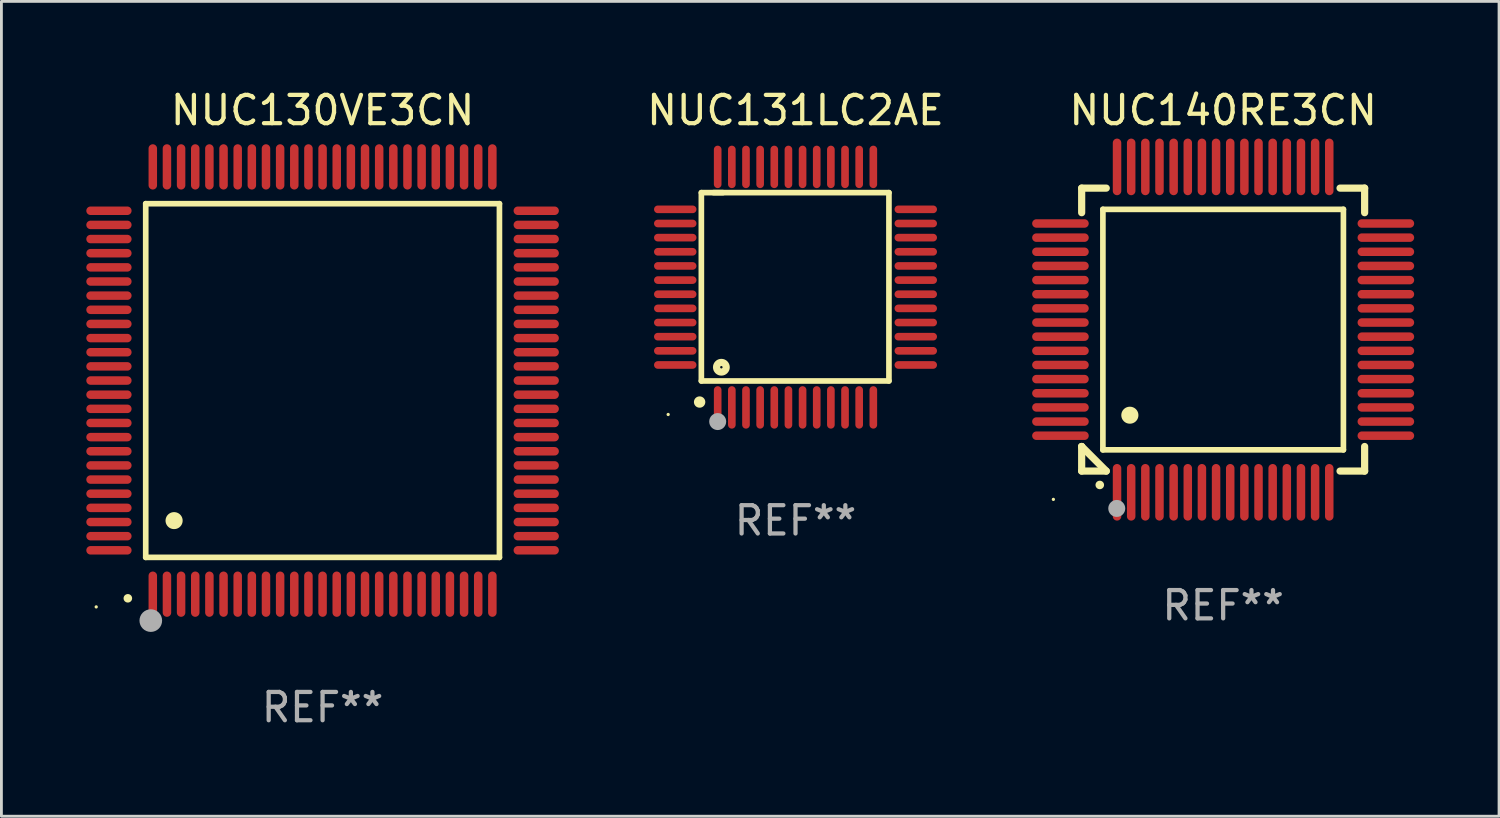
<source format=kicad_pcb>
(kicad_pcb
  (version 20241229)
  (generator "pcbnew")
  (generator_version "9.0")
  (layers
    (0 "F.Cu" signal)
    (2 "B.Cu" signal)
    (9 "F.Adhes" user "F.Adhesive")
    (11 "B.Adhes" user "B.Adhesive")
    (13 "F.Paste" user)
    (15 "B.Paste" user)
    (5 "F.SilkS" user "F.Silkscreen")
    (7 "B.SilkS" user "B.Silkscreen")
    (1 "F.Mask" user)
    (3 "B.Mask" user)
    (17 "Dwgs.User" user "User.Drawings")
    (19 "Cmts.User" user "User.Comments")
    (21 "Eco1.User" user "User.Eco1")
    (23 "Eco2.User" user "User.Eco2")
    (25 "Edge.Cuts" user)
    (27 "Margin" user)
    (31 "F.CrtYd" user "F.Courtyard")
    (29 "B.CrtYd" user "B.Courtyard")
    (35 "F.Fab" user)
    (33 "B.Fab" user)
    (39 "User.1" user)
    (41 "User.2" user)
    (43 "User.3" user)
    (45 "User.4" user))
  (footprint "NUC140RE3CN"
    (layer "F.Cu")
    (at 40.176 8.598)
    (property "Reference" "NUC140RE3CN" (at 0 -7.75 0) (layer "F.SilkS") (effects (font (size 1 1) (thickness 0.15))))
    (attr through_hole)
    (fp_line (start -5 -5) (end -4.131 -5) (stroke (width 0.254) (type solid)) (layer "F.SilkS"))
    (fp_line (start -5 -4.131) (end -5 -5) (stroke (width 0.254) (type solid)) (layer "F.SilkS"))
    (fp_line (start -5 4.131) (end -5 4.131) (stroke (width 0.254) (type solid)) (layer "F.SilkS"))
    (fp_line (start -5 5) (end -5 4.131) (stroke (width 0.254) (type solid)) (layer "F.SilkS"))
    (fp_line (start -5 4.131) (end -4.131 5) (stroke (width 0.254) (type solid)) (layer "F.SilkS"))
    (fp_line (start -4.25 -4.25) (end -4.25 4.25) (stroke (width 0.2) (type solid)) (layer "F.SilkS"))
    (fp_line (start -4.25 4.25) (end 4.25 4.25) (stroke (width 0.2) (type solid)) (layer "F.SilkS"))
    (fp_line (start -4.131 5) (end -5 5) (stroke (width 0.254) (type solid)) (layer "F.SilkS"))
    (fp_line (start 4.25 -4.25) (end -4.25 -4.25) (stroke (width 0.2) (type solid)) (layer "F.SilkS"))
    (fp_line (start 4.25 4.25) (end 4.25 -4.25) (stroke (width 0.2) (type solid)) (layer "F.SilkS"))
    (fp_line (start 5 -5) (end 4.131 -5) (stroke (width 0.254) (type solid)) (layer "F.SilkS"))
    (fp_line (start 5 -5) (end 5 -4.131) (stroke (width 0.254) (type solid)) (layer "F.SilkS"))
    (fp_line (start 5 4.131) (end 5 5) (stroke (width 0.254) (type solid)) (layer "F.SilkS"))
    (fp_line (start 5 5) (end 4.131 5) (stroke (width 0.254) (type solid)) (layer "F.SilkS"))
    (fp_arc (start -4.361265 5.489992) (mid -4.359995 5.489987) (end -4.358725 5.489992) (stroke (width 0.3) (type solid)) (layer "F.SilkS"))
    (fp_arc (start -3.299467 3.025146) (mid -3.296927 3.025135) (end -3.294387 3.025146) (stroke (width 0.6) (type solid)) (layer "F.SilkS"))
    (fp_circle (center -6 6) (end -5.97 6) (stroke (width 0.06) (type solid)) (fill no) (layer "F.SilkS"))
    (fp_circle (center -3.76 6.32) (end -3.61 6.32) (stroke (width 0.3) (type solid)) (fill no) (layer "F.Fab"))
    (fp_text user "REF**" (at 0 9.75 0) (layer "F.Fab") (effects (font (size 1 1) (thickness 0.15))))
    (pad "1" smd oval (at -3.75 5.75) (size 0.3 2) (layers "F.Cu" "F.Mask" "F.Paste"))
    (pad "2" smd oval (at -3.25 5.75) (size 0.3 2) (layers "F.Cu" "F.Mask" "F.Paste"))
    (pad "3" smd oval (at -2.75 5.75) (size 0.3 2) (layers "F.Cu" "F.Mask" "F.Paste"))
    (pad "4" smd oval (at -2.25 5.75) (size 0.3 2) (layers "F.Cu" "F.Mask" "F.Paste"))
    (pad "5" smd oval (at -1.75 5.75) (size 0.3 2) (layers "F.Cu" "F.Mask" "F.Paste"))
    (pad "6" smd oval (at -1.25 5.75) (size 0.3 2) (layers "F.Cu" "F.Mask" "F.Paste"))
    (pad "7" smd oval (at -0.75 5.75) (size 0.3 2) (layers "F.Cu" "F.Mask" "F.Paste"))
    (pad "8" smd oval (at -0.25 5.75) (size 0.3 2) (layers "F.Cu" "F.Mask" "F.Paste"))
    (pad "9" smd oval (at 0.25 5.75) (size 0.3 2) (layers "F.Cu" "F.Mask" "F.Paste"))
    (pad "10" smd oval (at 0.75 5.75) (size 0.3 2) (layers "F.Cu" "F.Mask" "F.Paste"))
    (pad "11" smd oval (at 1.25 5.75) (size 0.3 2) (layers "F.Cu" "F.Mask" "F.Paste"))
    (pad "12" smd oval (at 1.75 5.75) (size 0.3 2) (layers "F.Cu" "F.Mask" "F.Paste"))
    (pad "13" smd oval (at 2.25 5.75) (size 0.3 2) (layers "F.Cu" "F.Mask" "F.Paste"))
    (pad "14" smd oval (at 2.75 5.75) (size 0.3 2) (layers "F.Cu" "F.Mask" "F.Paste"))
    (pad "15" smd oval (at 3.25 5.75) (size 0.3 2) (layers "F.Cu" "F.Mask" "F.Paste"))
    (pad "16" smd oval (at 3.75 5.75) (size 0.3 2) (layers "F.Cu" "F.Mask" "F.Paste"))
    (pad "17" smd oval (at 5.75 3.75) (size 2 0.3) (layers "F.Cu" "F.Mask" "F.Paste"))
    (pad "18" smd oval (at 5.75 3.25) (size 2 0.3) (layers "F.Cu" "F.Mask" "F.Paste"))
    (pad "19" smd oval (at 5.75 2.75) (size 2 0.3) (layers "F.Cu" "F.Mask" "F.Paste"))
    (pad "20" smd oval (at 5.75 2.25) (size 2 0.3) (layers "F.Cu" "F.Mask" "F.Paste"))
    (pad "21" smd oval (at 5.75 1.75) (size 2 0.3) (layers "F.Cu" "F.Mask" "F.Paste"))
    (pad "22" smd oval (at 5.75 1.25) (size 2 0.3) (layers "F.Cu" "F.Mask" "F.Paste"))
    (pad "23" smd oval (at 5.75 0.75) (size 2 0.3) (layers "F.Cu" "F.Mask" "F.Paste"))
    (pad "24" smd oval (at 5.75 0.25) (size 2 0.3) (layers "F.Cu" "F.Mask" "F.Paste"))
    (pad "25" smd oval (at 5.75 -0.25) (size 2 0.3) (layers "F.Cu" "F.Mask" "F.Paste"))
    (pad "26" smd oval (at 5.75 -0.75) (size 2 0.3) (layers "F.Cu" "F.Mask" "F.Paste"))
    (pad "27" smd oval (at 5.75 -1.25) (size 2 0.3) (layers "F.Cu" "F.Mask" "F.Paste"))
    (pad "28" smd oval (at 5.75 -1.75) (size 2 0.3) (layers "F.Cu" "F.Mask" "F.Paste"))
    (pad "29" smd oval (at 5.75 -2.25) (size 2 0.3) (layers "F.Cu" "F.Mask" "F.Paste"))
    (pad "30" smd oval (at 5.75 -2.75) (size 2 0.3) (layers "F.Cu" "F.Mask" "F.Paste"))
    (pad "31" smd oval (at 5.75 -3.25) (size 2 0.3) (layers "F.Cu" "F.Mask" "F.Paste"))
    (pad "32" smd oval (at 5.75 -3.75) (size 2 0.3) (layers "F.Cu" "F.Mask" "F.Paste"))
    (pad "33" smd oval (at 3.75 -5.75) (size 0.3 2) (layers "F.Cu" "F.Mask" "F.Paste"))
    (pad "34" smd oval (at 3.25 -5.75) (size 0.3 2) (layers "F.Cu" "F.Mask" "F.Paste"))
    (pad "35" smd oval (at 2.75 -5.75) (size 0.3 2) (layers "F.Cu" "F.Mask" "F.Paste"))
    (pad "36" smd oval (at 2.25 -5.75) (size 0.3 2) (layers "F.Cu" "F.Mask" "F.Paste"))
    (pad "37" smd oval (at 1.75 -5.75) (size 0.3 2) (layers "F.Cu" "F.Mask" "F.Paste"))
    (pad "38" smd oval (at 1.25 -5.75) (size 0.3 2) (layers "F.Cu" "F.Mask" "F.Paste"))
    (pad "39" smd oval (at 0.75 -5.75) (size 0.3 2) (layers "F.Cu" "F.Mask" "F.Paste"))
    (pad "40" smd oval (at 0.25 -5.75) (size 0.3 2) (layers "F.Cu" "F.Mask" "F.Paste"))
    (pad "41" smd oval (at -0.25 -5.75) (size 0.3 2) (layers "F.Cu" "F.Mask" "F.Paste"))
    (pad "42" smd oval (at -0.75 -5.75) (size 0.3 2) (layers "F.Cu" "F.Mask" "F.Paste"))
    (pad "43" smd oval (at -1.25 -5.75) (size 0.3 2) (layers "F.Cu" "F.Mask" "F.Paste"))
    (pad "44" smd oval (at -1.75 -5.75) (size 0.3 2) (layers "F.Cu" "F.Mask" "F.Paste"))
    (pad "45" smd oval (at -2.25 -5.75) (size 0.3 2) (layers "F.Cu" "F.Mask" "F.Paste"))
    (pad "46" smd oval (at -2.75 -5.75) (size 0.3 2) (layers "F.Cu" "F.Mask" "F.Paste"))
    (pad "47" smd oval (at -3.25 -5.75) (size 0.3 2) (layers "F.Cu" "F.Mask" "F.Paste"))
    (pad "48" smd oval (at -3.75 -5.75) (size 0.3 2) (layers "F.Cu" "F.Mask" "F.Paste"))
    (pad "49" smd oval (at -5.75 -3.75) (size 2 0.3) (layers "F.Cu" "F.Mask" "F.Paste"))
    (pad "50" smd oval (at -5.75 -3.25) (size 2 0.3) (layers "F.Cu" "F.Mask" "F.Paste"))
    (pad "51" smd oval (at -5.75 -2.75) (size 2 0.3) (layers "F.Cu" "F.Mask" "F.Paste"))
    (pad "52" smd oval (at -5.75 -2.25) (size 2 0.3) (layers "F.Cu" "F.Mask" "F.Paste"))
    (pad "53" smd oval (at -5.75 -1.75) (size 2 0.3) (layers "F.Cu" "F.Mask" "F.Paste"))
    (pad "54" smd oval (at -5.75 -1.25) (size 2 0.3) (layers "F.Cu" "F.Mask" "F.Paste"))
    (pad "55" smd oval (at -5.75 -0.75) (size 2 0.3) (layers "F.Cu" "F.Mask" "F.Paste"))
    (pad "56" smd oval (at -5.75 -0.25) (size 2 0.3) (layers "F.Cu" "F.Mask" "F.Paste"))
    (pad "57" smd oval (at -5.75 0.25) (size 2 0.3) (layers "F.Cu" "F.Mask" "F.Paste"))
    (pad "58" smd oval (at -5.75 0.75) (size 2 0.3) (layers "F.Cu" "F.Mask" "F.Paste"))
    (pad "59" smd oval (at -5.75 1.25) (size 2 0.3) (layers "F.Cu" "F.Mask" "F.Paste"))
    (pad "60" smd oval (at -5.75 1.75) (size 2 0.3) (layers "F.Cu" "F.Mask" "F.Paste"))
    (pad "61" smd oval (at -5.75 2.25) (size 2 0.3) (layers "F.Cu" "F.Mask" "F.Paste"))
    (pad "62" smd oval (at -5.75 2.75) (size 2 0.3) (layers "F.Cu" "F.Mask" "F.Paste"))
    (pad "63" smd oval (at -5.75 3.25) (size 2 0.3) (layers "F.Cu" "F.Mask" "F.Paste"))
    (pad "64" smd oval (at -5.75 3.75) (size 2 0.3) (layers "F.Cu" "F.Mask" "F.Paste")))
  (footprint "NUC130VE3CN"
    (layer "F.Cu")
    (at 8.35 10.398)
    (property "Reference" "NUC130VE3CN" (at 0 -9.55 0) (layer "F.SilkS") (effects (font (size 1 1) (thickness 0.15))))
    (attr through_hole)
    (fp_line (start -6.25 -6.25) (end -6.25 6.25) (stroke (width 0.2) (type solid)) (layer "F.SilkS"))
    (fp_line (start -6.25 6.25) (end 6.25 6.25) (stroke (width 0.2) (type solid)) (layer "F.SilkS"))
    (fp_line (start 6.25 -6.25) (end -6.25 -6.25) (stroke (width 0.2) (type solid)) (layer "F.SilkS"))
    (fp_line (start 6.25 6.25) (end 6.25 -6.25) (stroke (width 0.2) (type solid)) (layer "F.SilkS"))
    (fp_arc (start -6.883414 7.696215) (mid -6.882144 7.69621) (end -6.880874 7.696215) (stroke (width 0.3) (type solid)) (layer "F.SilkS"))
    (fp_arc (start -5.250191 4.95047) (mid -5.247651 4.950459) (end -5.245111 4.95047) (stroke (width 0.6) (type solid)) (layer "F.SilkS"))
    (fp_circle (center -8 8) (end -7.97 8) (stroke (width 0.06) (type solid)) (fill no) (layer "F.SilkS"))
    (fp_circle (center -6.071 8.484) (end -5.871 8.484) (stroke (width 0.4) (type solid)) (fill no) (layer "F.Fab"))
    (fp_text user "REF**" (at 0 11.55 0) (layer "F.Fab") (effects (font (size 1 1) (thickness 0.15))))
    (pad "1" smd oval (at -6 7.55) (size 0.3 1.6) (layers "F.Cu" "F.Mask" "F.Paste"))
    (pad "2" smd oval (at -5.5 7.55) (size 0.3 1.6) (layers "F.Cu" "F.Mask" "F.Paste"))
    (pad "3" smd oval (at -5 7.55) (size 0.3 1.6) (layers "F.Cu" "F.Mask" "F.Paste"))
    (pad "4" smd oval (at -4.5 7.55) (size 0.3 1.6) (layers "F.Cu" "F.Mask" "F.Paste"))
    (pad "5" smd oval (at -4 7.55) (size 0.3 1.6) (layers "F.Cu" "F.Mask" "F.Paste"))
    (pad "6" smd oval (at -3.5 7.55) (size 0.3 1.6) (layers "F.Cu" "F.Mask" "F.Paste"))
    (pad "7" smd oval (at -3 7.55) (size 0.3 1.6) (layers "F.Cu" "F.Mask" "F.Paste"))
    (pad "8" smd oval (at -2.5 7.55) (size 0.3 1.6) (layers "F.Cu" "F.Mask" "F.Paste"))
    (pad "9" smd oval (at -2 7.55) (size 0.3 1.6) (layers "F.Cu" "F.Mask" "F.Paste"))
    (pad "10" smd oval (at -1.5 7.55) (size 0.3 1.6) (layers "F.Cu" "F.Mask" "F.Paste"))
    (pad "11" smd oval (at -1 7.55) (size 0.3 1.6) (layers "F.Cu" "F.Mask" "F.Paste"))
    (pad "12" smd oval (at -0.5 7.55) (size 0.3 1.6) (layers "F.Cu" "F.Mask" "F.Paste"))
    (pad "13" smd oval (at 0 7.55) (size 0.3 1.6) (layers "F.Cu" "F.Mask" "F.Paste"))
    (pad "14" smd oval (at 0.5 7.55) (size 0.3 1.6) (layers "F.Cu" "F.Mask" "F.Paste"))
    (pad "15" smd oval (at 1 7.55) (size 0.3 1.6) (layers "F.Cu" "F.Mask" "F.Paste"))
    (pad "16" smd oval (at 1.5 7.55) (size 0.3 1.6) (layers "F.Cu" "F.Mask" "F.Paste"))
    (pad "17" smd oval (at 2 7.55) (size 0.3 1.6) (layers "F.Cu" "F.Mask" "F.Paste"))
    (pad "18" smd oval (at 2.5 7.55) (size 0.3 1.6) (layers "F.Cu" "F.Mask" "F.Paste"))
    (pad "19" smd oval (at 3 7.55) (size 0.3 1.6) (layers "F.Cu" "F.Mask" "F.Paste"))
    (pad "20" smd oval (at 3.5 7.55) (size 0.3 1.6) (layers "F.Cu" "F.Mask" "F.Paste"))
    (pad "21" smd oval (at 4 7.55) (size 0.3 1.6) (layers "F.Cu" "F.Mask" "F.Paste"))
    (pad "22" smd oval (at 4.5 7.55) (size 0.3 1.6) (layers "F.Cu" "F.Mask" "F.Paste"))
    (pad "23" smd oval (at 5 7.55) (size 0.3 1.6) (layers "F.Cu" "F.Mask" "F.Paste"))
    (pad "24" smd oval (at 5.5 7.55) (size 0.3 1.6) (layers "F.Cu" "F.Mask" "F.Paste"))
    (pad "25" smd oval (at 6 7.55) (size 0.3 1.6) (layers "F.Cu" "F.Mask" "F.Paste"))
    (pad "26" smd oval (at 7.55 6) (size 1.6 0.3) (layers "F.Cu" "F.Mask" "F.Paste"))
    (pad "27" smd oval (at 7.55 5.5) (size 1.6 0.3) (layers "F.Cu" "F.Mask" "F.Paste"))
    (pad "28" smd oval (at 7.55 5) (size 1.6 0.3) (layers "F.Cu" "F.Mask" "F.Paste"))
    (pad "29" smd oval (at 7.55 4.5) (size 1.6 0.3) (layers "F.Cu" "F.Mask" "F.Paste"))
    (pad "30" smd oval (at 7.55 4) (size 1.6 0.3) (layers "F.Cu" "F.Mask" "F.Paste"))
    (pad "31" smd oval (at 7.55 3.5) (size 1.6 0.3) (layers "F.Cu" "F.Mask" "F.Paste"))
    (pad "32" smd oval (at 7.55 3) (size 1.6 0.3) (layers "F.Cu" "F.Mask" "F.Paste"))
    (pad "33" smd oval (at 7.55 2.5) (size 1.6 0.3) (layers "F.Cu" "F.Mask" "F.Paste"))
    (pad "34" smd oval (at 7.55 2) (size 1.6 0.3) (layers "F.Cu" "F.Mask" "F.Paste"))
    (pad "35" smd oval (at 7.55 1.5) (size 1.6 0.3) (layers "F.Cu" "F.Mask" "F.Paste"))
    (pad "36" smd oval (at 7.55 1) (size 1.6 0.3) (layers "F.Cu" "F.Mask" "F.Paste"))
    (pad "37" smd oval (at 7.55 0.5) (size 1.6 0.3) (layers "F.Cu" "F.Mask" "F.Paste"))
    (pad "38" smd oval (at 7.55 0) (size 1.6 0.3) (layers "F.Cu" "F.Mask" "F.Paste"))
    (pad "39" smd oval (at 7.55 -0.5) (size 1.6 0.3) (layers "F.Cu" "F.Mask" "F.Paste"))
    (pad "40" smd oval (at 7.55 -1) (size 1.6 0.3) (layers "F.Cu" "F.Mask" "F.Paste"))
    (pad "41" smd oval (at 7.55 -1.5) (size 1.6 0.3) (layers "F.Cu" "F.Mask" "F.Paste"))
    (pad "42" smd oval (at 7.55 -2) (size 1.6 0.3) (layers "F.Cu" "F.Mask" "F.Paste"))
    (pad "43" smd oval (at 7.55 -2.5) (size 1.6 0.3) (layers "F.Cu" "F.Mask" "F.Paste"))
    (pad "44" smd oval (at 7.55 -3) (size 1.6 0.3) (layers "F.Cu" "F.Mask" "F.Paste"))
    (pad "45" smd oval (at 7.55 -3.5) (size 1.6 0.3) (layers "F.Cu" "F.Mask" "F.Paste"))
    (pad "46" smd oval (at 7.55 -4) (size 1.6 0.3) (layers "F.Cu" "F.Mask" "F.Paste"))
    (pad "47" smd oval (at 7.55 -4.5) (size 1.6 0.3) (layers "F.Cu" "F.Mask" "F.Paste"))
    (pad "48" smd oval (at 7.55 -5) (size 1.6 0.3) (layers "F.Cu" "F.Mask" "F.Paste"))
    (pad "49" smd oval (at 7.55 -5.5) (size 1.6 0.3) (layers "F.Cu" "F.Mask" "F.Paste"))
    (pad "50" smd oval (at 7.55 -6) (size 1.6 0.3) (layers "F.Cu" "F.Mask" "F.Paste"))
    (pad "51" smd oval (at 6 -7.55) (size 0.3 1.6) (layers "F.Cu" "F.Mask" "F.Paste"))
    (pad "52" smd oval (at 5.5 -7.55) (size 0.3 1.6) (layers "F.Cu" "F.Mask" "F.Paste"))
    (pad "53" smd oval (at 5 -7.55) (size 0.3 1.6) (layers "F.Cu" "F.Mask" "F.Paste"))
    (pad "54" smd oval (at 4.5 -7.55) (size 0.3 1.6) (layers "F.Cu" "F.Mask" "F.Paste"))
    (pad "55" smd oval (at 4 -7.55) (size 0.3 1.6) (layers "F.Cu" "F.Mask" "F.Paste"))
    (pad "56" smd oval (at 3.5 -7.55) (size 0.3 1.6) (layers "F.Cu" "F.Mask" "F.Paste"))
    (pad "57" smd oval (at 3 -7.55) (size 0.3 1.6) (layers "F.Cu" "F.Mask" "F.Paste"))
    (pad "58" smd oval (at 2.5 -7.55) (size 0.3 1.6) (layers "F.Cu" "F.Mask" "F.Paste"))
    (pad "59" smd oval (at 2 -7.55) (size 0.3 1.6) (layers "F.Cu" "F.Mask" "F.Paste"))
    (pad "60" smd oval (at 1.5 -7.55) (size 0.3 1.6) (layers "F.Cu" "F.Mask" "F.Paste"))
    (pad "61" smd oval (at 1 -7.55) (size 0.3 1.6) (layers "F.Cu" "F.Mask" "F.Paste"))
    (pad "62" smd oval (at 0.5 -7.55) (size 0.3 1.6) (layers "F.Cu" "F.Mask" "F.Paste"))
    (pad "63" smd oval (at 0 -7.55) (size 0.3 1.6) (layers "F.Cu" "F.Mask" "F.Paste"))
    (pad "64" smd oval (at -0.5 -7.55) (size 0.3 1.6) (layers "F.Cu" "F.Mask" "F.Paste"))
    (pad "65" smd oval (at -1 -7.55) (size 0.3 1.6) (layers "F.Cu" "F.Mask" "F.Paste"))
    (pad "66" smd oval (at -1.5 -7.55) (size 0.3 1.6) (layers "F.Cu" "F.Mask" "F.Paste"))
    (pad "67" smd oval (at -2 -7.55) (size 0.3 1.6) (layers "F.Cu" "F.Mask" "F.Paste"))
    (pad "68" smd oval (at -2.5 -7.55) (size 0.3 1.6) (layers "F.Cu" "F.Mask" "F.Paste"))
    (pad "69" smd oval (at -3 -7.55) (size 0.3 1.6) (layers "F.Cu" "F.Mask" "F.Paste"))
    (pad "70" smd oval (at -3.5 -7.55) (size 0.3 1.6) (layers "F.Cu" "F.Mask" "F.Paste"))
    (pad "71" smd oval (at -4 -7.55) (size 0.3 1.6) (layers "F.Cu" "F.Mask" "F.Paste"))
    (pad "72" smd oval (at -4.5 -7.55) (size 0.3 1.6) (layers "F.Cu" "F.Mask" "F.Paste"))
    (pad "73" smd oval (at -5 -7.55) (size 0.3 1.6) (layers "F.Cu" "F.Mask" "F.Paste"))
    (pad "74" smd oval (at -5.5 -7.55) (size 0.3 1.6) (layers "F.Cu" "F.Mask" "F.Paste"))
    (pad "75" smd oval (at -6 -7.55) (size 0.3 1.6) (layers "F.Cu" "F.Mask" "F.Paste"))
    (pad "76" smd oval (at -7.55 -6) (size 1.6 0.3) (layers "F.Cu" "F.Mask" "F.Paste"))
    (pad "77" smd oval (at -7.55 -5.5) (size 1.6 0.3) (layers "F.Cu" "F.Mask" "F.Paste"))
    (pad "78" smd oval (at -7.55 -5) (size 1.6 0.3) (layers "F.Cu" "F.Mask" "F.Paste"))
    (pad "79" smd oval (at -7.55 -4.5) (size 1.6 0.3) (layers "F.Cu" "F.Mask" "F.Paste"))
    (pad "80" smd oval (at -7.55 -4) (size 1.6 0.3) (layers "F.Cu" "F.Mask" "F.Paste"))
    (pad "81" smd oval (at -7.55 -3.5) (size 1.6 0.3) (layers "F.Cu" "F.Mask" "F.Paste"))
    (pad "82" smd oval (at -7.55 -3) (size 1.6 0.3) (layers "F.Cu" "F.Mask" "F.Paste"))
    (pad "83" smd oval (at -7.55 -2.5) (size 1.6 0.3) (layers "F.Cu" "F.Mask" "F.Paste"))
    (pad "84" smd oval (at -7.55 -2) (size 1.6 0.3) (layers "F.Cu" "F.Mask" "F.Paste"))
    (pad "85" smd oval (at -7.55 -1.5) (size 1.6 0.3) (layers "F.Cu" "F.Mask" "F.Paste"))
    (pad "86" smd oval (at -7.55 -1) (size 1.6 0.3) (layers "F.Cu" "F.Mask" "F.Paste"))
    (pad "87" smd oval (at -7.55 -0.5) (size 1.6 0.3) (layers "F.Cu" "F.Mask" "F.Paste"))
    (pad "88" smd oval (at -7.55 0) (size 1.6 0.3) (layers "F.Cu" "F.Mask" "F.Paste"))
    (pad "89" smd oval (at -7.55 0.5) (size 1.6 0.3) (layers "F.Cu" "F.Mask" "F.Paste"))
    (pad "90" smd oval (at -7.55 1) (size 1.6 0.3) (layers "F.Cu" "F.Mask" "F.Paste"))
    (pad "91" smd oval (at -7.55 1.5) (size 1.6 0.3) (layers "F.Cu" "F.Mask" "F.Paste"))
    (pad "92" smd oval (at -7.55 2) (size 1.6 0.3) (layers "F.Cu" "F.Mask" "F.Paste"))
    (pad "93" smd oval (at -7.55 2.5) (size 1.6 0.3) (layers "F.Cu" "F.Mask" "F.Paste"))
    (pad "94" smd oval (at -7.55 3) (size 1.6 0.3) (layers "F.Cu" "F.Mask" "F.Paste"))
    (pad "95" smd oval (at -7.55 3.5) (size 1.6 0.3) (layers "F.Cu" "F.Mask" "F.Paste"))
    (pad "96" smd oval (at -7.55 4) (size 1.6 0.3) (layers "F.Cu" "F.Mask" "F.Paste"))
    (pad "97" smd oval (at -7.55 4.5) (size 1.6 0.3) (layers "F.Cu" "F.Mask" "F.Paste"))
    (pad "98" smd oval (at -7.55 5) (size 1.6 0.3) (layers "F.Cu" "F.Mask" "F.Paste"))
    (pad "99" smd oval (at -7.55 5.5) (size 1.6 0.3) (layers "F.Cu" "F.Mask" "F.Paste"))
    (pad "100" smd oval (at -7.55 6) (size 1.6 0.3) (layers "F.Cu" "F.Mask" "F.Paste")))
  (footprint "NUC131LC2AE"
    (layer "F.Cu")
    (at 25.063 7.098)
    (property "Reference" "NUC131LC2AE" (at 0 -6.25 0) (layer "F.SilkS") (effects (font (size 1 1) (thickness 0.15))))
    (attr through_hole)
    (fp_line (start -3.327 -3.34) (end -2.565 -3.34) (stroke (width 0.2) (type solid)) (layer "F.SilkS"))
    (fp_line (start -3.327 3.315) (end -3.327 -3.34) (stroke (width 0.2) (type solid)) (layer "F.SilkS"))
    (fp_line (start -2.896 -3.34) (end 3.302 -3.34) (stroke (width 0.2) (type solid)) (layer "F.SilkS"))
    (fp_line (start 3.302 -3.34) (end 3.302 3.315) (stroke (width 0.2) (type solid)) (layer "F.SilkS"))
    (fp_line (start 3.302 3.315) (end -3.327 3.315) (stroke (width 0.2) (type solid)) (layer "F.SilkS"))
    (fp_arc (start -3.389992 4.059995) (mid -3.388722 4.059991) (end -3.387452 4.059995) (stroke (width 0.4) (type solid)) (layer "F.SilkS"))
    (fp_circle (center -4.5 4.5) (end -4.47 4.5) (stroke (width 0.06) (type solid)) (fill no) (layer "F.SilkS"))
    (fp_circle (center -2.62 2.83) (end -2.45 2.83) (stroke (width 0.254) (type solid)) (fill no) (layer "F.SilkS"))
    (fp_circle (center -2.75 4.75) (end -2.6 4.75) (stroke (width 0.3) (type solid)) (fill no) (layer "F.Fab"))
    (fp_text user "REF**" (at 0 8.25 0) (layer "F.Fab") (effects (font (size 1 1) (thickness 0.15))))
    (pad "1" smd oval (at -2.75 4.25) (size 0.27 1.5) (layers "F.Cu" "F.Mask" "F.Paste"))
    (pad "2" smd oval (at -2.25 4.25) (size 0.27 1.5) (layers "F.Cu" "F.Mask" "F.Paste"))
    (pad "3" smd oval (at -1.75 4.25) (size 0.27 1.5) (layers "F.Cu" "F.Mask" "F.Paste"))
    (pad "4" smd oval (at -1.25 4.25) (size 0.27 1.5) (layers "F.Cu" "F.Mask" "F.Paste"))
    (pad "5" smd oval (at -0.75 4.25) (size 0.27 1.5) (layers "F.Cu" "F.Mask" "F.Paste"))
    (pad "6" smd oval (at -0.25 4.25) (size 0.27 1.5) (layers "F.Cu" "F.Mask" "F.Paste"))
    (pad "7" smd oval (at 0.25 4.25) (size 0.27 1.5) (layers "F.Cu" "F.Mask" "F.Paste"))
    (pad "8" smd oval (at 0.75 4.25) (size 0.27 1.5) (layers "F.Cu" "F.Mask" "F.Paste"))
    (pad "9" smd oval (at 1.25 4.25) (size 0.27 1.5) (layers "F.Cu" "F.Mask" "F.Paste"))
    (pad "10" smd oval (at 1.75 4.25) (size 0.27 1.5) (layers "F.Cu" "F.Mask" "F.Paste"))
    (pad "11" smd oval (at 2.25 4.25) (size 0.27 1.5) (layers "F.Cu" "F.Mask" "F.Paste"))
    (pad "12" smd oval (at 2.75 4.25) (size 0.27 1.5) (layers "F.Cu" "F.Mask" "F.Paste"))
    (pad "13" smd oval (at 4.25 2.75) (size 1.5 0.27) (layers "F.Cu" "F.Mask" "F.Paste"))
    (pad "14" smd oval (at 4.25 2.25) (size 1.5 0.27) (layers "F.Cu" "F.Mask" "F.Paste"))
    (pad "15" smd oval (at 4.25 1.75) (size 1.5 0.27) (layers "F.Cu" "F.Mask" "F.Paste"))
    (pad "16" smd oval (at 4.25 1.25) (size 1.5 0.27) (layers "F.Cu" "F.Mask" "F.Paste"))
    (pad "17" smd oval (at 4.25 0.75) (size 1.5 0.27) (layers "F.Cu" "F.Mask" "F.Paste"))
    (pad "18" smd oval (at 4.25 0.25) (size 1.5 0.27) (layers "F.Cu" "F.Mask" "F.Paste"))
    (pad "19" smd oval (at 4.25 -0.25) (size 1.5 0.27) (layers "F.Cu" "F.Mask" "F.Paste"))
    (pad "20" smd oval (at 4.25 -0.75) (size 1.5 0.27) (layers "F.Cu" "F.Mask" "F.Paste"))
    (pad "21" smd oval (at 4.25 -1.25) (size 1.5 0.27) (layers "F.Cu" "F.Mask" "F.Paste"))
    (pad "22" smd oval (at 4.25 -1.75) (size 1.5 0.27) (layers "F.Cu" "F.Mask" "F.Paste"))
    (pad "23" smd oval (at 4.25 -2.25) (size 1.5 0.27) (layers "F.Cu" "F.Mask" "F.Paste"))
    (pad "24" smd oval (at 4.25 -2.75) (size 1.5 0.27) (layers "F.Cu" "F.Mask" "F.Paste"))
    (pad "25" smd oval (at 2.75 -4.25) (size 0.27 1.5) (layers "F.Cu" "F.Mask" "F.Paste"))
    (pad "26" smd oval (at 2.25 -4.25) (size 0.27 1.5) (layers "F.Cu" "F.Mask" "F.Paste"))
    (pad "27" smd oval (at 1.75 -4.25) (size 0.27 1.5) (layers "F.Cu" "F.Mask" "F.Paste"))
    (pad "28" smd oval (at 1.25 -4.25) (size 0.27 1.5) (layers "F.Cu" "F.Mask" "F.Paste"))
    (pad "29" smd oval (at 0.75 -4.25) (size 0.27 1.5) (layers "F.Cu" "F.Mask" "F.Paste"))
    (pad "30" smd oval (at 0.25 -4.25) (size 0.27 1.5) (layers "F.Cu" "F.Mask" "F.Paste"))
    (pad "31" smd oval (at -0.25 -4.25) (size 0.27 1.5) (layers "F.Cu" "F.Mask" "F.Paste"))
    (pad "32" smd oval (at -0.75 -4.25) (size 0.27 1.5) (layers "F.Cu" "F.Mask" "F.Paste"))
    (pad "33" smd oval (at -1.25 -4.25) (size 0.27 1.5) (layers "F.Cu" "F.Mask" "F.Paste"))
    (pad "34" smd oval (at -1.75 -4.25) (size 0.27 1.5) (layers "F.Cu" "F.Mask" "F.Paste"))
    (pad "35" smd oval (at -2.25 -4.25) (size 0.27 1.5) (layers "F.Cu" "F.Mask" "F.Paste"))
    (pad "36" smd oval (at -2.75 -4.25) (size 0.27 1.5) (layers "F.Cu" "F.Mask" "F.Paste"))
    (pad "37" smd oval (at -4.25 -2.75) (size 1.5 0.27) (layers "F.Cu" "F.Mask" "F.Paste"))
    (pad "38" smd oval (at -4.25 -2.25) (size 1.5 0.27) (layers "F.Cu" "F.Mask" "F.Paste"))
    (pad "39" smd oval (at -4.25 -1.75) (size 1.5 0.27) (layers "F.Cu" "F.Mask" "F.Paste"))
    (pad "40" smd oval (at -4.25 -1.25) (size 1.5 0.27) (layers "F.Cu" "F.Mask" "F.Paste"))
    (pad "41" smd oval (at -4.25 -0.75) (size 1.5 0.27) (layers "F.Cu" "F.Mask" "F.Paste"))
    (pad "42" smd oval (at -4.25 -0.25) (size 1.5 0.27) (layers "F.Cu" "F.Mask" "F.Paste"))
    (pad "43" smd oval (at -4.25 0.25) (size 1.5 0.27) (layers "F.Cu" "F.Mask" "F.Paste"))
    (pad "44" smd oval (at -4.25 0.75) (size 1.5 0.27) (layers "F.Cu" "F.Mask" "F.Paste"))
    (pad "45" smd oval (at -4.25 1.25) (size 1.5 0.27) (layers "F.Cu" "F.Mask" "F.Paste"))
    (pad "46" smd oval (at -4.25 1.75) (size 1.5 0.27) (layers "F.Cu" "F.Mask" "F.Paste"))
    (pad "47" smd oval (at -4.25 2.25) (size 1.5 0.27) (layers "F.Cu" "F.Mask" "F.Paste"))
    (pad "48" smd oval (at -4.25 2.75) (size 1.5 0.27) (layers "F.Cu" "F.Mask" "F.Paste")))
  (gr_rect
    (start -3 -3)
    (end 49.926 25.796)
    (stroke (width 0.1) (type default))
    (fill no)
    (layer "Edge.Cuts")))
</source>
